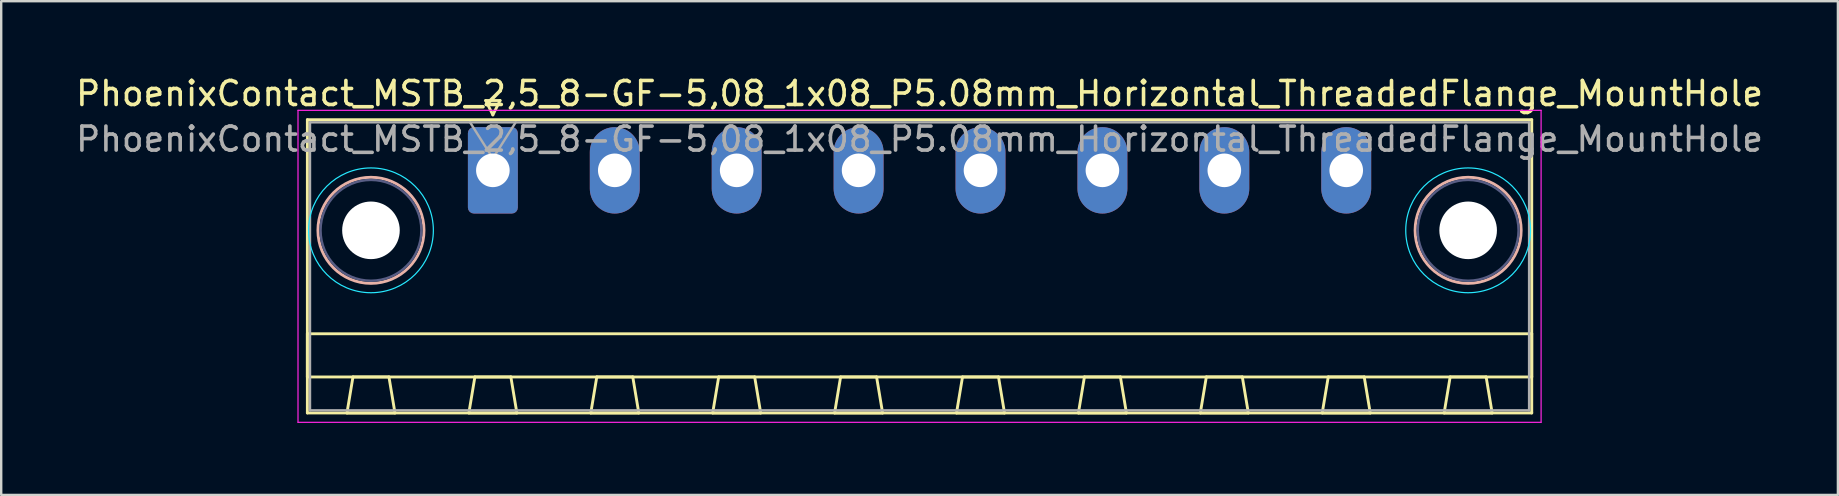
<source format=kicad_pcb>
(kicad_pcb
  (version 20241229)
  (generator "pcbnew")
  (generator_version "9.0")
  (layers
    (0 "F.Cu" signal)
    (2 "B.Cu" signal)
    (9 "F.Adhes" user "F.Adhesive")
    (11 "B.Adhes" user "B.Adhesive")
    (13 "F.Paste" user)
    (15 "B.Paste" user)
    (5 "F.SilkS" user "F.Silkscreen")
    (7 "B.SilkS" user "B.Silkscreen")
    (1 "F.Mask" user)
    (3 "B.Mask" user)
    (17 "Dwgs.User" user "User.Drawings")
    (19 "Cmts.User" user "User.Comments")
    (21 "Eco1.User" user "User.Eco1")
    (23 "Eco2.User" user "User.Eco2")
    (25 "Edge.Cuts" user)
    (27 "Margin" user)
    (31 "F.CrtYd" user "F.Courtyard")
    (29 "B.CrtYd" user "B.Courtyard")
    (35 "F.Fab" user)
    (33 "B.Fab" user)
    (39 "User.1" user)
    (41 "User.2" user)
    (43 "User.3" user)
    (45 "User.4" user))
  (footprint "PhoenixContact_MSTB_2,5_8-GF-5,08_1x08_P5.08mm_Horizontal_ThreadedFlange_MountHole"
    (layer "F.Cu")
    (at 17.488 4.048)
    (property "Reference" "PhoenixContact_MSTB_2,5_8-GF-5,08_1x08_P5.08mm_Horizontal_ThreadedFlange_MountHole" (at 17.78 -3.2 0) (layer "F.SilkS") (effects (font (size 1 1) (thickness 0.15))))
    (attr through_hole)
    (fp_line (start -7.73 -2.11) (end -7.73 10.11) (stroke (width 0.12) (type solid)) (layer "F.SilkS"))
    (fp_line (start -7.73 6.81) (end 43.29 6.81) (stroke (width 0.12) (type solid)) (layer "F.SilkS"))
    (fp_line (start -7.73 8.61) (end -7.73 6.81) (stroke (width 0.12) (type solid)) (layer "F.SilkS"))
    (fp_line (start -7.73 10.11) (end 43.29 10.11) (stroke (width 0.12) (type solid)) (layer "F.SilkS"))
    (fp_line (start -6.08 10.11) (end -4.08 10.11) (stroke (width 0.12) (type solid)) (layer "F.SilkS"))
    (fp_line (start -5.83 8.61) (end -6.08 10.11) (stroke (width 0.12) (type solid)) (layer "F.SilkS"))
    (fp_line (start -4.33 8.61) (end -5.83 8.61) (stroke (width 0.12) (type solid)) (layer "F.SilkS"))
    (fp_line (start -4.08 10.11) (end -4.33 8.61) (stroke (width 0.12) (type solid)) (layer "F.SilkS"))
    (fp_line (start -1 10.11) (end 1 10.11) (stroke (width 0.12) (type solid)) (layer "F.SilkS"))
    (fp_line (start -0.75 8.61) (end -1 10.11) (stroke (width 0.12) (type solid)) (layer "F.SilkS"))
    (fp_line (start -0.3 -2.91) (end 0.3 -2.91) (stroke (width 0.12) (type solid)) (layer "F.SilkS"))
    (fp_line (start 0 -2.31) (end -0.3 -2.91) (stroke (width 0.12) (type solid)) (layer "F.SilkS"))
    (fp_line (start 0.3 -2.91) (end 0 -2.31) (stroke (width 0.12) (type solid)) (layer "F.SilkS"))
    (fp_line (start 0.75 8.61) (end -0.75 8.61) (stroke (width 0.12) (type solid)) (layer "F.SilkS"))
    (fp_line (start 1 10.11) (end 0.75 8.61) (stroke (width 0.12) (type solid)) (layer "F.SilkS"))
    (fp_line (start 4.08 10.11) (end 6.08 10.11) (stroke (width 0.12) (type solid)) (layer "F.SilkS"))
    (fp_line (start 4.33 8.61) (end 4.08 10.11) (stroke (width 0.12) (type solid)) (layer "F.SilkS"))
    (fp_line (start 5.83 8.61) (end 4.33 8.61) (stroke (width 0.12) (type solid)) (layer "F.SilkS"))
    (fp_line (start 6.08 10.11) (end 5.83 8.61) (stroke (width 0.12) (type solid)) (layer "F.SilkS"))
    (fp_line (start 9.16 10.11) (end 11.16 10.11) (stroke (width 0.12) (type solid)) (layer "F.SilkS"))
    (fp_line (start 9.41 8.61) (end 9.16 10.11) (stroke (width 0.12) (type solid)) (layer "F.SilkS"))
    (fp_line (start 10.91 8.61) (end 9.41 8.61) (stroke (width 0.12) (type solid)) (layer "F.SilkS"))
    (fp_line (start 11.16 10.11) (end 10.91 8.61) (stroke (width 0.12) (type solid)) (layer "F.SilkS"))
    (fp_line (start 14.24 10.11) (end 16.24 10.11) (stroke (width 0.12) (type solid)) (layer "F.SilkS"))
    (fp_line (start 14.49 8.61) (end 14.24 10.11) (stroke (width 0.12) (type solid)) (layer "F.SilkS"))
    (fp_line (start 15.99 8.61) (end 14.49 8.61) (stroke (width 0.12) (type solid)) (layer "F.SilkS"))
    (fp_line (start 16.24 10.11) (end 15.99 8.61) (stroke (width 0.12) (type solid)) (layer "F.SilkS"))
    (fp_line (start 19.32 10.11) (end 21.32 10.11) (stroke (width 0.12) (type solid)) (layer "F.SilkS"))
    (fp_line (start 19.57 8.61) (end 19.32 10.11) (stroke (width 0.12) (type solid)) (layer "F.SilkS"))
    (fp_line (start 21.07 8.61) (end 19.57 8.61) (stroke (width 0.12) (type solid)) (layer "F.SilkS"))
    (fp_line (start 21.32 10.11) (end 21.07 8.61) (stroke (width 0.12) (type solid)) (layer "F.SilkS"))
    (fp_line (start 24.4 10.11) (end 26.4 10.11) (stroke (width 0.12) (type solid)) (layer "F.SilkS"))
    (fp_line (start 24.65 8.61) (end 24.4 10.11) (stroke (width 0.12) (type solid)) (layer "F.SilkS"))
    (fp_line (start 26.15 8.61) (end 24.65 8.61) (stroke (width 0.12) (type solid)) (layer "F.SilkS"))
    (fp_line (start 26.4 10.11) (end 26.15 8.61) (stroke (width 0.12) (type solid)) (layer "F.SilkS"))
    (fp_line (start 29.48 10.11) (end 31.48 10.11) (stroke (width 0.12) (type solid)) (layer "F.SilkS"))
    (fp_line (start 29.73 8.61) (end 29.48 10.11) (stroke (width 0.12) (type solid)) (layer "F.SilkS"))
    (fp_line (start 31.23 8.61) (end 29.73 8.61) (stroke (width 0.12) (type solid)) (layer "F.SilkS"))
    (fp_line (start 31.48 10.11) (end 31.23 8.61) (stroke (width 0.12) (type solid)) (layer "F.SilkS"))
    (fp_line (start 34.56 10.11) (end 36.56 10.11) (stroke (width 0.12) (type solid)) (layer "F.SilkS"))
    (fp_line (start 34.81 8.61) (end 34.56 10.11) (stroke (width 0.12) (type solid)) (layer "F.SilkS"))
    (fp_line (start 36.31 8.61) (end 34.81 8.61) (stroke (width 0.12) (type solid)) (layer "F.SilkS"))
    (fp_line (start 36.56 10.11) (end 36.31 8.61) (stroke (width 0.12) (type solid)) (layer "F.SilkS"))
    (fp_line (start 39.64 10.11) (end 41.64 10.11) (stroke (width 0.12) (type solid)) (layer "F.SilkS"))
    (fp_line (start 39.89 8.61) (end 39.64 10.11) (stroke (width 0.12) (type solid)) (layer "F.SilkS"))
    (fp_line (start 41.39 8.61) (end 39.89 8.61) (stroke (width 0.12) (type solid)) (layer "F.SilkS"))
    (fp_line (start 41.64 10.11) (end 41.39 8.61) (stroke (width 0.12) (type solid)) (layer "F.SilkS"))
    (fp_line (start 43.29 -2.11) (end -7.73 -2.11) (stroke (width 0.12) (type solid)) (layer "F.SilkS"))
    (fp_line (start 43.29 6.81) (end 43.29 8.61) (stroke (width 0.12) (type solid)) (layer "F.SilkS"))
    (fp_line (start 43.29 8.61) (end -7.73 8.61) (stroke (width 0.12) (type solid)) (layer "F.SilkS"))
    (fp_line (start 43.29 10.11) (end 43.29 -2.11) (stroke (width 0.12) (type solid)) (layer "F.SilkS"))
    (fp_circle (center -5.08 2.5) (end -2.87 2.5) (stroke (width 0.12) (type solid)) (fill no) (layer "B.SilkS"))
    (fp_circle (center 40.64 2.5) (end 42.85 2.5) (stroke (width 0.12) (type solid)) (fill no) (layer "B.SilkS"))
    (fp_circle (center -5.08 2.5) (end -2.48 2.5) (stroke (width 0.05) (type solid)) (fill no) (layer "B.CrtYd"))
    (fp_circle (center 40.64 2.5) (end 43.24 2.5) (stroke (width 0.05) (type solid)) (fill no) (layer "B.CrtYd"))
    (fp_line (start -8.12 -2.5) (end -8.12 10.5) (stroke (width 0.05) (type solid)) (layer "F.CrtYd"))
    (fp_line (start -8.12 10.5) (end 43.68 10.5) (stroke (width 0.05) (type solid)) (layer "F.CrtYd"))
    (fp_line (start 43.68 -2.5) (end -8.12 -2.5) (stroke (width 0.05) (type solid)) (layer "F.CrtYd"))
    (fp_line (start 43.68 10.5) (end 43.68 -2.5) (stroke (width 0.05) (type solid)) (layer "F.CrtYd"))
    (fp_circle (center -5.08 2.5) (end -2.98 2.5) (stroke (width 0.1) (type solid)) (fill no) (layer "B.Fab"))
    (fp_circle (center 40.64 2.5) (end 42.74 2.5) (stroke (width 0.1) (type solid)) (fill no) (layer "B.Fab"))
    (fp_line (start -7.62 -2) (end -7.62 10) (stroke (width 0.1) (type solid)) (layer "F.Fab"))
    (fp_line (start -7.62 10) (end 43.18 10) (stroke (width 0.1) (type solid)) (layer "F.Fab"))
    (fp_line (start 0 -0.5) (end -0.95 -2) (stroke (width 0.1) (type solid)) (layer "F.Fab"))
    (fp_line (start 0.95 -2) (end 0 -0.5) (stroke (width 0.1) (type solid)) (layer "F.Fab"))
    (fp_line (start 43.18 -2) (end -7.62 -2) (stroke (width 0.1) (type solid)) (layer "F.Fab"))
    (fp_line (start 43.18 10) (end 43.18 -2) (stroke (width 0.1) (type solid)) (layer "F.Fab"))
    (fp_text user "${REFERENCE}" (at 17.78 -1.3 0) (layer "F.Fab") (effects (font (size 1 1) (thickness 0.15))))
    (pad "" np_thru_hole circle (at -5.08 2.5) (size 2.4 2.4) (drill 2.4) (layers "*.Cu" "*.Mask"))
    (pad "" np_thru_hole circle (at 40.64 2.5) (size 2.4 2.4) (drill 2.4) (layers "*.Cu" "*.Mask"))
    (pad "1" thru_hole roundrect (at 0 0) (size 2.08 3.6) (drill 1.4) (layers "*.Cu" "*.Mask") (roundrect_rratio 0.12))
    (pad "2" thru_hole oval (at 5.08 0) (size 2.08 3.6) (drill 1.4) (layers "*.Cu" "*.Mask"))
    (pad "3" thru_hole oval (at 10.16 0) (size 2.08 3.6) (drill 1.4) (layers "*.Cu" "*.Mask"))
    (pad "4" thru_hole oval (at 15.24 0) (size 2.08 3.6) (drill 1.4) (layers "*.Cu" "*.Mask"))
    (pad "5" thru_hole oval (at 20.32 0) (size 2.08 3.6) (drill 1.4) (layers "*.Cu" "*.Mask"))
    (pad "6" thru_hole oval (at 25.4 0) (size 2.08 3.6) (drill 1.4) (layers "*.Cu" "*.Mask"))
    (pad "7" thru_hole oval (at 30.48 0) (size 2.08 3.6) (drill 1.4) (layers "*.Cu" "*.Mask"))
    (pad "8" thru_hole oval (at 35.56 0) (size 2.08 3.6) (drill 1.4) (layers "*.Cu" "*.Mask")))
  (gr_rect
    (start -3 -3)
    (end 73.536 17.573)
    (stroke (width 0.1) (type default))
    (fill no)
    (layer "Edge.Cuts")))
</source>
